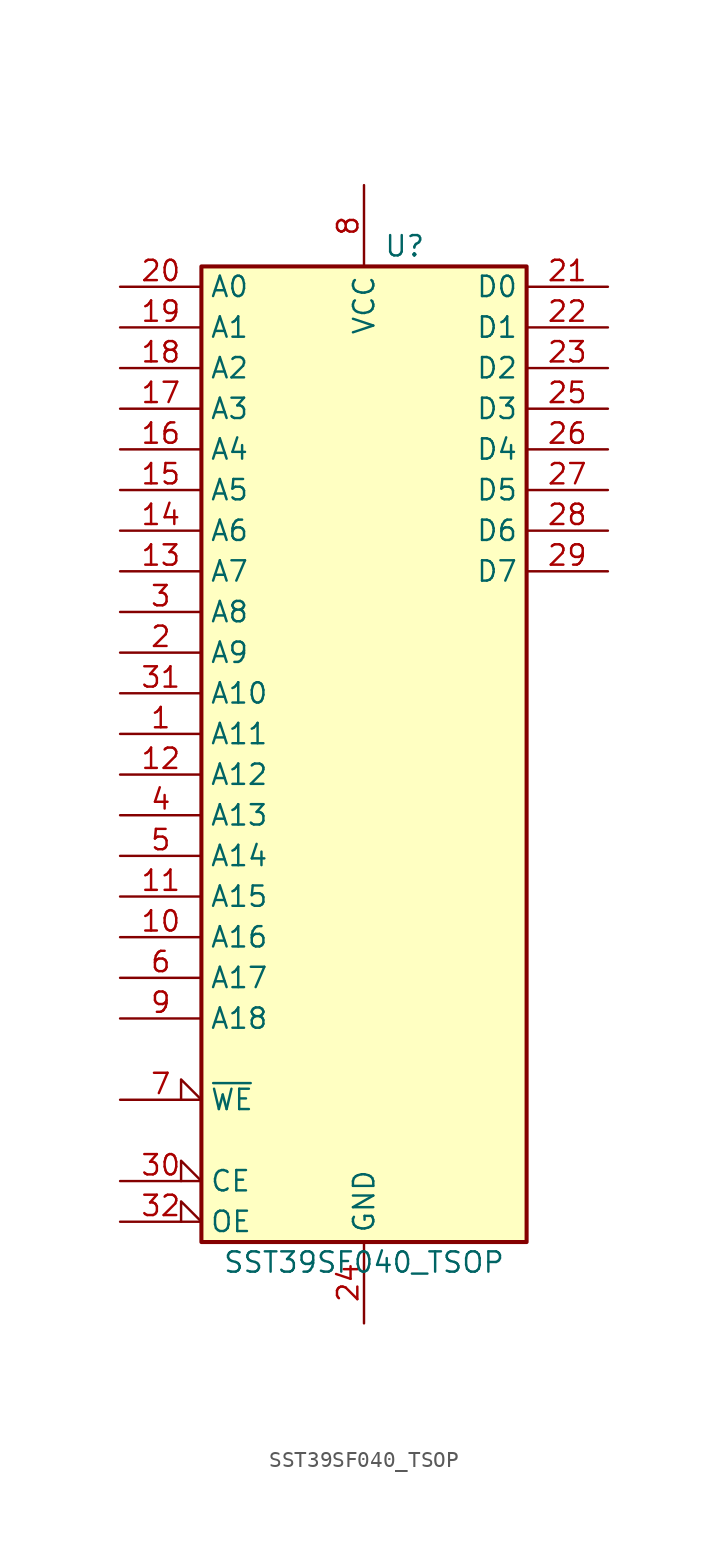
<source format=kicad_sym>
(kicad_symbol_lib
  (version 20231120)
  (generator "kicad_symbol_editor")
  (generator_version "8.0")
  (symbol "SST39SF040_TSOP"
    (property "Reference" "U"
      (at 2.54 33.02 0)
      (effects (font (size 1.27 1.27))))
    (property "Value" "SST39SF040_TSOP"
      (at 0 -30.48 0)
      (effects (font (size 1.27 1.27))))
    (symbol "SST39SF040_TSOP_0_1"
      (rectangle (start -10.16 31.75) (end 10.16 -29.21) (stroke (width 0.254) (type default)) (fill (type background))))
    (symbol "SST39SF040_TSOP_1_0"
      (pin power_in line (at 0 -34.29 90) (length 5.08) (name "GND" (effects (font (size 1.27 1.27)))) (number "24" (effects (font (size 1.27 1.27)))))
      (pin power_in line (at 0 36.83 270) (length 5.08) (name "VCC" (effects (font (size 1.27 1.27)))) (number "8" (effects (font (size 1.27 1.27))))))
    (symbol "SST39SF040_TSOP_1_1"
      (pin input line (at -15.24 2.54 0) (length 5.08) (name "A11" (effects (font (size 1.27 1.27)))) (number "1" (effects (font (size 1.27 1.27)))))
      (pin input line (at -15.24 -10.16 0) (length 5.08) (name "A16" (effects (font (size 1.27 1.27)))) (number "10" (effects (font (size 1.27 1.27)))))
      (pin input line (at -15.24 -7.62 0) (length 5.08) (name "A15" (effects (font (size 1.27 1.27)))) (number "11" (effects (font (size 1.27 1.27)))))
      (pin input line (at -15.24 0 0) (length 5.08) (name "A12" (effects (font (size 1.27 1.27)))) (number "12" (effects (font (size 1.27 1.27)))))
      (pin input line (at -15.24 12.7 0) (length 5.08) (name "A7" (effects (font (size 1.27 1.27)))) (number "13" (effects (font (size 1.27 1.27)))))
      (pin input line (at -15.24 15.24 0) (length 5.08) (name "A6" (effects (font (size 1.27 1.27)))) (number "14" (effects (font (size 1.27 1.27)))))
      (pin input line (at -15.24 17.78 0) (length 5.08) (name "A5" (effects (font (size 1.27 1.27)))) (number "15" (effects (font (size 1.27 1.27)))))
      (pin input line (at -15.24 20.32 0) (length 5.08) (name "A4" (effects (font (size 1.27 1.27)))) (number "16" (effects (font (size 1.27 1.27)))))
      (pin input line (at -15.24 22.86 0) (length 5.08) (name "A3" (effects (font (size 1.27 1.27)))) (number "17" (effects (font (size 1.27 1.27)))))
      (pin input line (at -15.24 25.4 0) (length 5.08) (name "A2" (effects (font (size 1.27 1.27)))) (number "18" (effects (font (size 1.27 1.27)))))
      (pin input line (at -15.24 27.94 0) (length 5.08) (name "A1" (effects (font (size 1.27 1.27)))) (number "19" (effects (font (size 1.27 1.27)))))
      (pin input line (at -15.24 7.62 0) (length 5.08) (name "A9" (effects (font (size 1.27 1.27)))) (number "2" (effects (font (size 1.27 1.27)))))
      (pin input line (at -15.24 30.48 0) (length 5.08) (name "A0" (effects (font (size 1.27 1.27)))) (number "20" (effects (font (size 1.27 1.27)))))
      (pin tri_state line (at 15.24 30.48 180) (length 5.08) (name "D0" (effects (font (size 1.27 1.27)))) (number "21" (effects (font (size 1.27 1.27)))))
      (pin tri_state line (at 15.24 27.94 180) (length 5.08) (name "D1" (effects (font (size 1.27 1.27)))) (number "22" (effects (font (size 1.27 1.27)))))
      (pin tri_state line (at 15.24 25.4 180) (length 5.08) (name "D2" (effects (font (size 1.27 1.27)))) (number "23" (effects (font (size 1.27 1.27)))))
      (pin tri_state line (at 15.24 22.86 180) (length 5.08) (name "D3" (effects (font (size 1.27 1.27)))) (number "25" (effects (font (size 1.27 1.27)))))
      (pin tri_state line (at 15.24 20.32 180) (length 5.08) (name "D4" (effects (font (size 1.27 1.27)))) (number "26" (effects (font (size 1.27 1.27)))))
      (pin tri_state line (at 15.24 17.78 180) (length 5.08) (name "D5" (effects (font (size 1.27 1.27)))) (number "27" (effects (font (size 1.27 1.27)))))
      (pin tri_state line (at 15.24 15.24 180) (length 5.08) (name "D6" (effects (font (size 1.27 1.27)))) (number "28" (effects (font (size 1.27 1.27)))))
      (pin tri_state line (at 15.24 12.7 180) (length 5.08) (name "D7" (effects (font (size 1.27 1.27)))) (number "29" (effects (font (size 1.27 1.27)))))
      (pin input line (at -15.24 10.16 0) (length 5.08) (name "A8" (effects (font (size 1.27 1.27)))) (number "3" (effects (font (size 1.27 1.27)))))
      (pin input input_low (at -15.24 -25.4 0) (length 5.08) (name "CE" (effects (font (size 1.27 1.27)))) (number "30" (effects (font (size 1.27 1.27)))))
      (pin input line (at -15.24 5.08 0) (length 5.08) (name "A10" (effects (font (size 1.27 1.27)))) (number "31" (effects (font (size 1.27 1.27)))))
      (pin input input_low (at -15.24 -27.94 0) (length 5.08) (name "OE" (effects (font (size 1.27 1.27)))) (number "32" (effects (font (size 1.27 1.27)))))
      (pin input line (at -15.24 -2.54 0) (length 5.08) (name "A13" (effects (font (size 1.27 1.27)))) (number "4" (effects (font (size 1.27 1.27)))))
      (pin input line (at -15.24 -5.08 0) (length 5.08) (name "A14" (effects (font (size 1.27 1.27)))) (number "5" (effects (font (size 1.27 1.27)))))
      (pin input line (at -15.24 -12.7 0) (length 5.08) (name "A17" (effects (font (size 1.27 1.27)))) (number "6" (effects (font (size 1.27 1.27)))))
      (pin input input_low (at -15.24 -20.32 0) (length 5.08) (name "~{WE}" (effects (font (size 1.27 1.27)))) (number "7" (effects (font (size 1.27 1.27)))))
      (pin input line (at -15.24 -15.24 0) (length 5.08) (name "A18" (effects (font (size 1.27 1.27)))) (number "9" (effects (font (size 1.27 1.27))))))))
</source>
